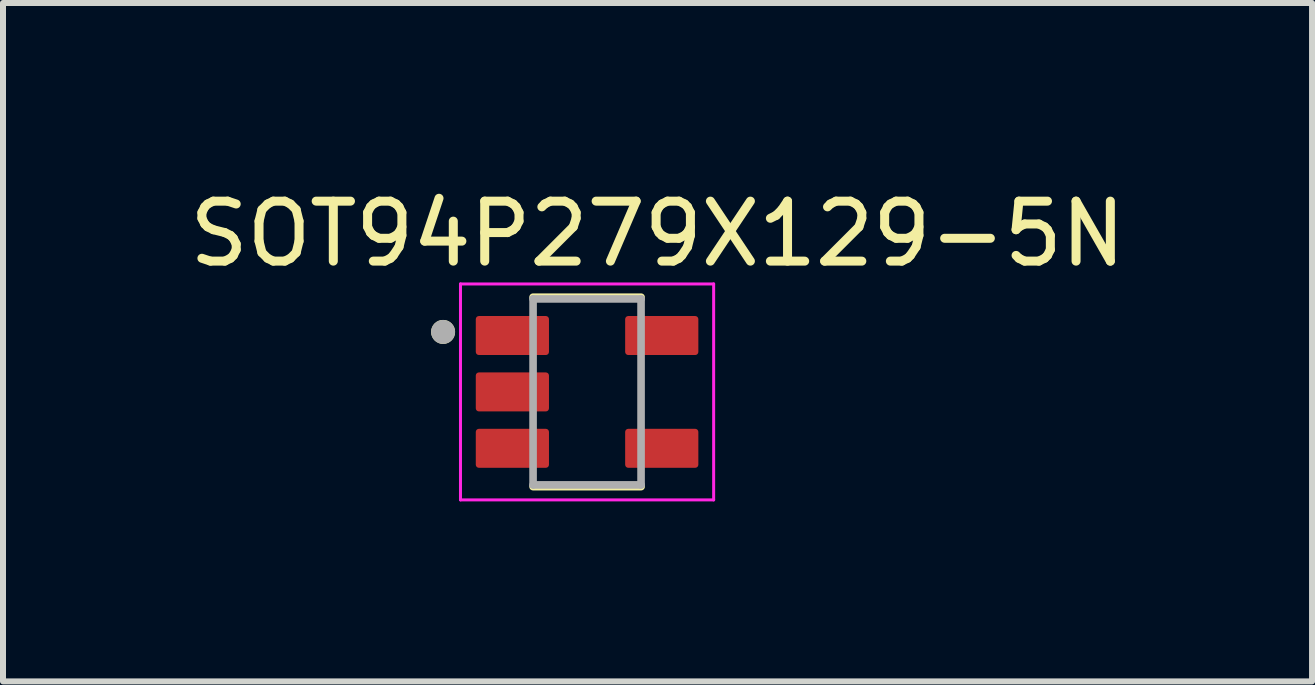
<source format=kicad_pcb>
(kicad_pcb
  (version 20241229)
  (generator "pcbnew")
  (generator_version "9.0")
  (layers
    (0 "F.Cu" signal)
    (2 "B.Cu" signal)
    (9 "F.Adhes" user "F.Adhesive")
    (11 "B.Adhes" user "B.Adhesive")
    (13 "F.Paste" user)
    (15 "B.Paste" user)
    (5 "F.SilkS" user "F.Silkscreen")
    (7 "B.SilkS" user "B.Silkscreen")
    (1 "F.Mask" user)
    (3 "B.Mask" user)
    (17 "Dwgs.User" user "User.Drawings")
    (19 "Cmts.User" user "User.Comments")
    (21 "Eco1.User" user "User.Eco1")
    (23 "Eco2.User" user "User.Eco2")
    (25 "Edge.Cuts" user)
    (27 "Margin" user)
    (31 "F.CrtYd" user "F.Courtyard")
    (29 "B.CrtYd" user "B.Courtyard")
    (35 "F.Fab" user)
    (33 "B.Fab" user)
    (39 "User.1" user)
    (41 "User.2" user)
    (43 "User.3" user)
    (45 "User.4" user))
  (footprint "SOT94P279X129-5N"
    (layer "F.Cu")
    (at 6.736 3.483)
    (property "Reference" "SOT94P279X129-5N" (at 1.175 -2.635 0) (layer "F.SilkS") (effects (font (size 1 1) (thickness 0.15))))
    (attr through_hole)
    (fp_line (start -0.9 -1.579) (end 0.9 -1.579) (stroke (width 0.127) (type solid)) (layer "F.SilkS"))
    (fp_line (start -0.9 1.579) (end 0.9 1.579) (stroke (width 0.127) (type solid)) (layer "F.SilkS"))
    (fp_circle (center -2.4 -1) (end -2.3 -1) (stroke (width 0.2) (type solid)) (fill no) (layer "F.SilkS"))
    (fp_line (start -2.11 -1.8) (end 2.11 -1.8) (stroke (width 0.05) (type solid)) (layer "F.CrtYd"))
    (fp_line (start -2.11 1.8) (end -2.11 -1.8) (stroke (width 0.05) (type solid)) (layer "F.CrtYd"))
    (fp_line (start 2.11 -1.8) (end 2.11 1.8) (stroke (width 0.05) (type solid)) (layer "F.CrtYd"))
    (fp_line (start 2.11 1.8) (end -2.11 1.8) (stroke (width 0.05) (type solid)) (layer "F.CrtYd"))
    (fp_line (start -0.9 -1.55) (end 0.9 -1.55) (stroke (width 0.127) (type solid)) (layer "F.Fab"))
    (fp_line (start -0.9 1.55) (end -0.9 -1.55) (stroke (width 0.127) (type solid)) (layer "F.Fab"))
    (fp_line (start 0.9 -1.55) (end 0.9 1.55) (stroke (width 0.127) (type solid)) (layer "F.Fab"))
    (fp_line (start 0.9 1.55) (end -0.9 1.55) (stroke (width 0.127) (type solid)) (layer "F.Fab"))
    (fp_circle (center -2.4 -1) (end -2.3 -1) (stroke (width 0.2) (type solid)) (fill no) (layer "F.Fab"))
    (pad "1" smd roundrect (at -1.245 -0.94) (size 1.22 0.65) (layers "F.Cu" "F.Mask" "F.Paste") (roundrect_rratio 0.08))
    (pad "2" smd roundrect (at -1.245 0) (size 1.22 0.65) (layers "F.Cu" "F.Mask" "F.Paste") (roundrect_rratio 0.08))
    (pad "3" smd roundrect (at -1.245 0.94) (size 1.22 0.65) (layers "F.Cu" "F.Mask" "F.Paste") (roundrect_rratio 0.08))
    (pad "4" smd roundrect (at 1.245 0.94 180) (size 1.22 0.65) (layers "F.Cu" "F.Mask" "F.Paste") (roundrect_rratio 0.08))
    (pad "5" smd roundrect (at 1.245 -0.94 180) (size 1.22 0.65) (layers "F.Cu" "F.Mask" "F.Paste") (roundrect_rratio 0.08)))
  (gr_rect
    (start -3 -3)
    (end 18.821 8.308)
    (stroke (width 0.1) (type default))
    (fill no)
    (layer "Edge.Cuts")))
</source>
